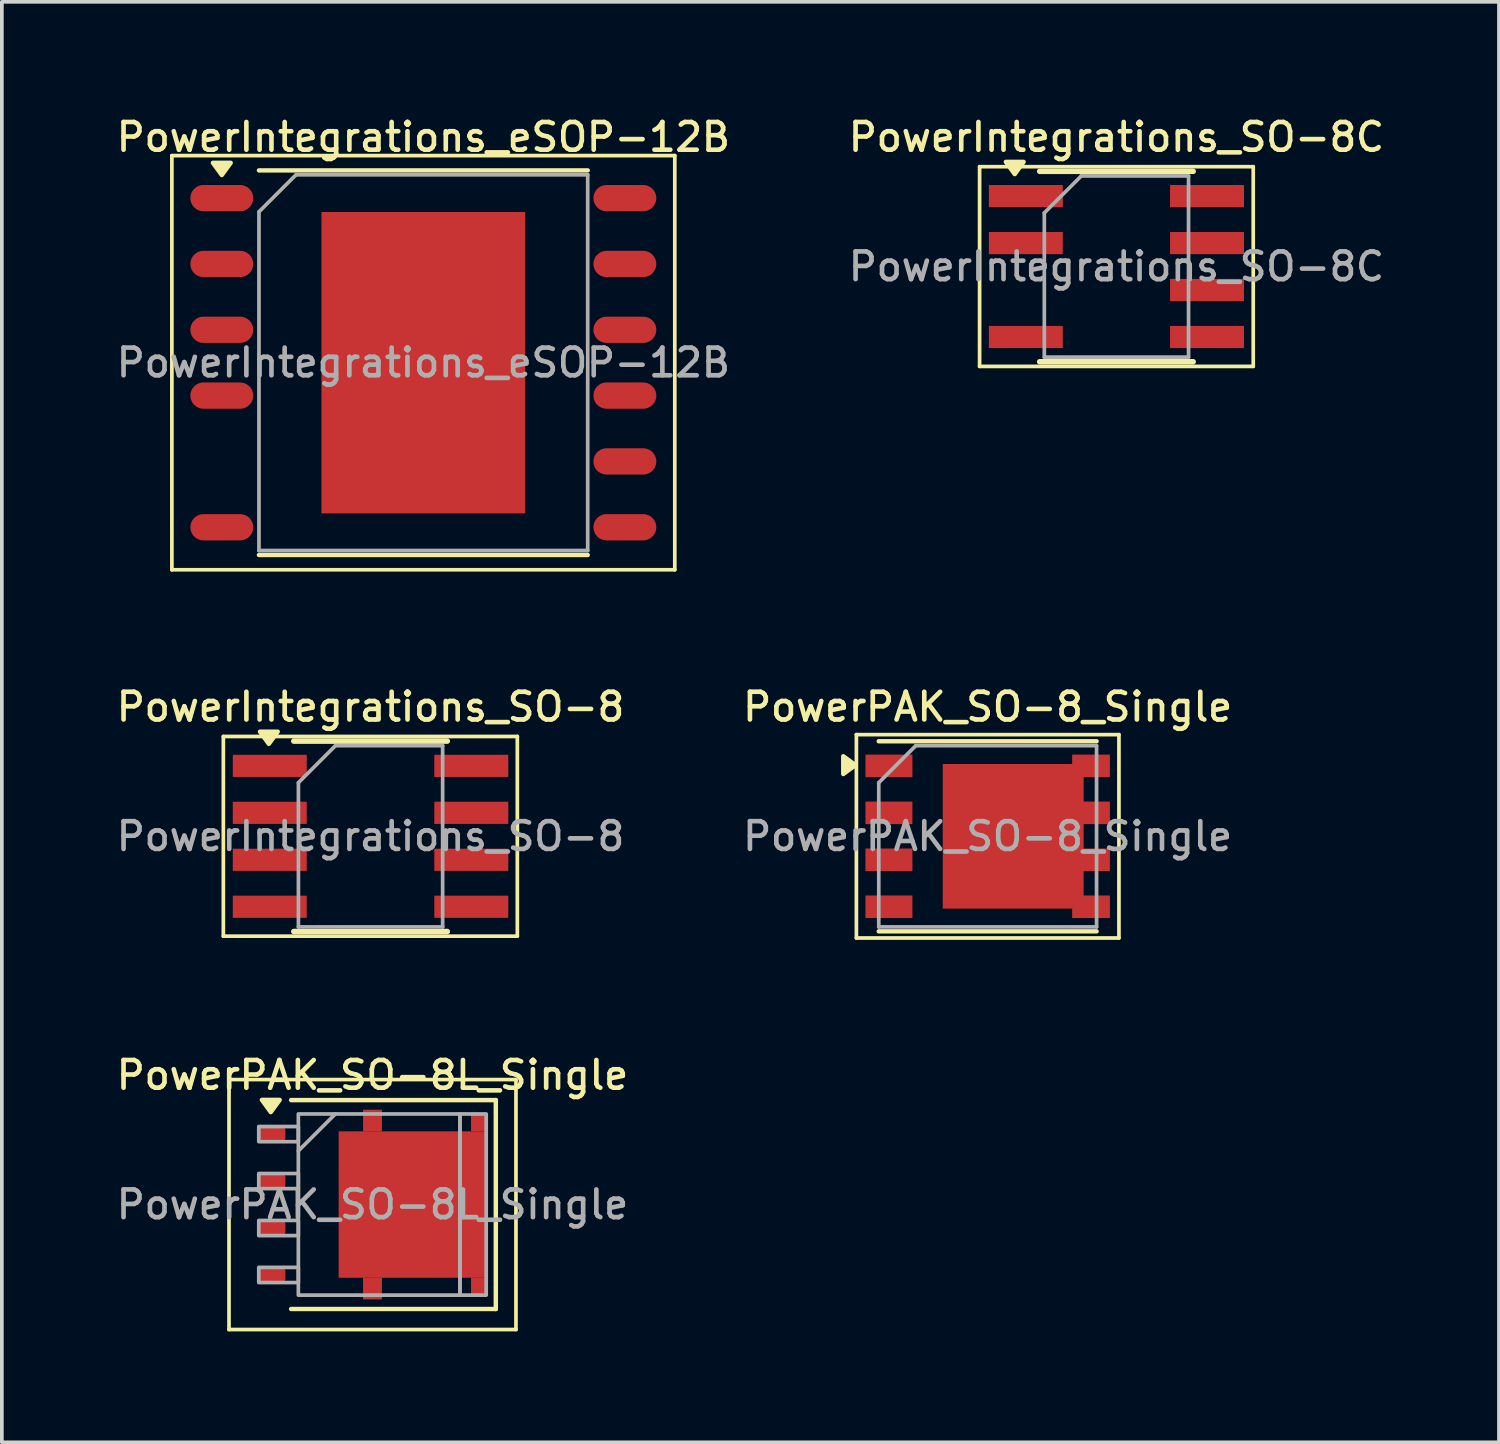
<source format=kicad_pcb>
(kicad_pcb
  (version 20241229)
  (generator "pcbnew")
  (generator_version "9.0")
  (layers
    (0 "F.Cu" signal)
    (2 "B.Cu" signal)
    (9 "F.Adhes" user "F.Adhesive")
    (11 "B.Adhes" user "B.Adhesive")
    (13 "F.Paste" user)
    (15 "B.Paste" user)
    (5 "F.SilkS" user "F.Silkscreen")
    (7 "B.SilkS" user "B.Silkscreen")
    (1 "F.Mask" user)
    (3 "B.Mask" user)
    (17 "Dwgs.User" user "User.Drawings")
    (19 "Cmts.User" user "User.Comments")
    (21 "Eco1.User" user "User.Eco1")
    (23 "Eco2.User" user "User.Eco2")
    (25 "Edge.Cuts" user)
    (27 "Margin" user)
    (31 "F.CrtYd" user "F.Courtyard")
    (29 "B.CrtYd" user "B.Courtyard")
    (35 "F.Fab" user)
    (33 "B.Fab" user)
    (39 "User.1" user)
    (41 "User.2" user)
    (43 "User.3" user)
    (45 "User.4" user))
  (footprint "PowerPAK_SO-8L_Single"
    (layer "F.Cu")
    (at 7.023 29.524)
    (property "Reference" "PowerPAK_SO-8L_Single" (at 0 -3.5 0) (layer "F.SilkS") (effects (font (size 0.75 0.75) (thickness 0.125))))
    (attr smd)
    (fp_line (start -3.88 -3.38) (end -3.88 3.38) (stroke (width 0.1) (type solid)) (layer "F.SilkS"))
    (fp_line (start -3.88 -3.38) (end 3.88 -3.38) (stroke (width 0.1) (type solid)) (layer "F.SilkS"))
    (fp_line (start -3.88 3.38) (end 3.88 3.38) (stroke (width 0.1) (type solid)) (layer "F.SilkS"))
    (fp_line (start -2.2 -2.825) (end 3.335 -2.825) (stroke (width 0.12) (type solid)) (layer "F.SilkS"))
    (fp_line (start -2.2 2.825) (end 3.335 2.825) (stroke (width 0.12) (type solid)) (layer "F.SilkS"))
    (fp_line (start 3.335 -2.825) (end 3.335 2.825) (stroke (width 0.12) (type solid)) (layer "F.SilkS"))
    (fp_line (start 3.88 -3.38) (end 3.88 3.38) (stroke (width 0.1) (type solid)) (layer "F.SilkS"))
    (fp_poly (pts (xy -2.75 -2.5) (xy -2.51 -2.83) (xy -2.99 -2.83) (xy -2.75 -2.5)) (stroke (width 0.12) (type solid)) (fill yes) (layer "F.SilkS"))
    (fp_line (start -2.005 -1.45) (end -1.005 -2.45) (stroke (width 0.1) (type default)) (layer "F.Fab"))
    (fp_rect (start -3.075 -2.11) (end -2.005 -1.7) (stroke (width 0.1) (type default)) (fill no) (layer "F.Fab"))
    (fp_rect (start -3.075 -0.84) (end -2.005 -0.43) (stroke (width 0.1) (type default)) (fill no) (layer "F.Fab"))
    (fp_rect (start -3.075 0.43) (end -2.005 0.84) (stroke (width 0.1) (type default)) (fill no) (layer "F.Fab"))
    (fp_rect (start -3.075 1.7) (end -2.005 2.11) (stroke (width 0.1) (type default)) (fill no) (layer "F.Fab"))
    (fp_rect (start -2.005 -2.45) (end 2.365 2.45) (stroke (width 0.1) (type default)) (fill no) (layer "F.Fab"))
    (fp_rect (start 2.365 -2.45) (end 3.075 2.45) (stroke (width 0.1) (type default)) (fill no) (layer "F.Fab"))
    (fp_text user "${REFERENCE}" (at 0 0 0) (layer "F.Fab") (effects (font (size 0.75 0.75) (thickness 0.125))))
    (pad "" smd roundrect (at 0.107 -0.965) (size 1.645 1.63) (layers "F.Paste") (roundrect_rratio 0.25))
    (pad "" smd roundrect (at 0.107 0.965) (size 1.645 1.63) (layers "F.Paste") (roundrect_rratio 0.25))
    (pad "" smd roundrect (at 2.053 -0.965) (size 1.645 1.63) (layers "F.Paste") (roundrect_rratio 0.25))
    (pad "" smd roundrect (at 2.053 0.965) (size 1.645 1.63) (layers "F.Paste") (roundrect_rratio 0.25))
    (pad "1" smd roundrect (at -2.715 -1.905) (size 0.72 0.41) (layers "F.Cu" "F.Mask" "F.Paste") (roundrect_rratio 0.25))
    (pad "2" smd roundrect (at -2.715 -0.635) (size 0.72 0.41) (layers "F.Cu" "F.Mask" "F.Paste") (roundrect_rratio 0.25))
    (pad "3" smd roundrect (at -2.715 0.635) (size 0.72 0.41) (layers "F.Cu" "F.Mask" "F.Paste") (roundrect_rratio 0.25))
    (pad "4" smd roundrect (at -2.715 1.905) (size 0.72 0.41) (layers "F.Cu" "F.Mask" "F.Paste") (roundrect_rratio 0.25))
    (pad "5" smd rect (at 0 -2.272) (size 0.51 0.585) (layers "F.Cu" "F.Mask" "F.Paste"))
    (pad "5" smd rect (at 0 2.272) (size 0.51 0.585) (layers "F.Cu" "F.Mask" "F.Paste"))
    (pad "5" smd rect (at 1.08 0) (size 3.99 3.96) (layers "F.Cu" "F.Mask"))
    (pad "5" smd rect (at 2.87 -2.215) (size 0.41 0.47) (layers "F.Cu" "F.Mask" "F.Paste"))
    (pad "5" smd rect (at 2.87 2.215) (size 0.41 0.47) (layers "F.Cu" "F.Mask" "F.Paste")))
  (footprint "PowerIntegrations_eSOP-12B"
    (layer "F.Cu")
    (at 8.398 6.758)
    (property "Reference" "PowerIntegrations_eSOP-12B" (at 0 -6.1 0) (layer "F.SilkS") (effects (font (size 0.75 0.75) (thickness 0.125))))
    (attr smd)
    (fp_line (start -6.8 -5.6) (end 6.8 -5.6) (stroke (width 0.1) (type solid)) (layer "F.SilkS"))
    (fp_line (start -6.8 5.6) (end -6.8 -5.6) (stroke (width 0.1) (type solid)) (layer "F.SilkS"))
    (fp_line (start -4.445 -5.2) (end 4.445 -5.2) (stroke (width 0.12) (type solid)) (layer "F.SilkS"))
    (fp_line (start -4.445 5.2) (end 4.445 5.2) (stroke (width 0.12) (type solid)) (layer "F.SilkS"))
    (fp_line (start 6.8 -5.6) (end 6.8 5.6) (stroke (width 0.1) (type solid)) (layer "F.SilkS"))
    (fp_line (start 6.8 5.6) (end -6.8 5.6) (stroke (width 0.1) (type solid)) (layer "F.SilkS"))
    (fp_poly (pts (xy -5.45 -5.075) (xy -5.21 -5.405) (xy -5.69 -5.405) (xy -5.45 -5.075)) (stroke (width 0.12) (type solid)) (fill yes) (layer "F.SilkS"))
    (fp_line (start -4.445 -4.08) (end -4.445 5.08) (stroke (width 0.1) (type solid)) (layer "F.Fab"))
    (fp_line (start -4.445 -4.08) (end -3.445 -5.08) (stroke (width 0.1) (type solid)) (layer "F.Fab"))
    (fp_line (start -4.445 5.08) (end 4.445 5.08) (stroke (width 0.1) (type solid)) (layer "F.Fab"))
    (fp_line (start 4.445 -5.08) (end -3.445 -5.08) (stroke (width 0.1) (type solid)) (layer "F.Fab"))
    (fp_line (start 4.445 5.08) (end 4.445 -5.08) (stroke (width 0.1) (type solid)) (layer "F.Fab"))
    (fp_text user "${REFERENCE}" (at 0 0 0) (layer "F.Fab") (effects (font (size 0.75 0.75) (thickness 0.125))))
    (pad "1" smd oval (at -5.45 -4.45 270) (size 0.71 1.7) (layers "F.Cu" "F.Mask" "F.Paste"))
    (pad "2" smd oval (at -5.45 -2.67 270) (size 0.71 1.7) (layers "F.Cu" "F.Mask" "F.Paste"))
    (pad "3" smd oval (at -5.45 -0.89 270) (size 0.71 1.7) (layers "F.Cu" "F.Mask" "F.Paste"))
    (pad "4" smd oval (at -5.45 0.89 270) (size 0.71 1.7) (layers "F.Cu" "F.Mask" "F.Paste"))
    (pad "6" smd oval (at -5.45 4.45 270) (size 0.71 1.7) (layers "F.Cu" "F.Mask" "F.Paste"))
    (pad "7" smd oval (at 5.45 4.45 270) (size 0.71 1.7) (layers "F.Cu" "F.Mask" "F.Paste"))
    (pad "8" smd oval (at 5.45 2.67 270) (size 0.71 1.7) (layers "F.Cu" "F.Mask" "F.Paste"))
    (pad "9" smd oval (at 5.45 0.89 270) (size 0.71 1.7) (layers "F.Cu" "F.Mask" "F.Paste"))
    (pad "10" smd oval (at 5.45 -0.89 270) (size 0.71 1.7) (layers "F.Cu" "F.Mask" "F.Paste"))
    (pad "11" smd oval (at 5.45 -2.67 270) (size 0.71 1.7) (layers "F.Cu" "F.Mask" "F.Paste"))
    (pad "12" smd oval (at 5.45 -4.45 270) (size 0.71 1.7) (layers "F.Cu" "F.Mask" "F.Paste"))
    (pad "13" smd rect (at 0 0 270) (size 8.15 5.51) (layers "F.Cu" "F.Mask" "F.Paste")))
  (footprint "PowerIntegrations_SO-8C"
    (layer "F.Cu")
    (at 27.141 4.158)
    (property "Reference" "PowerIntegrations_SO-8C" (at 0 -3.5 0) (layer "F.SilkS") (effects (font (size 0.75 0.75) (thickness 0.125))))
    (attr smd)
    (fp_line (start -3.7 -2.7) (end -3.7 2.7) (stroke (width 0.1) (type solid)) (layer "F.SilkS"))
    (fp_line (start -3.7 -2.7) (end 3.7 -2.7) (stroke (width 0.1) (type solid)) (layer "F.SilkS"))
    (fp_line (start -2.075 -2.575) (end 2.075 -2.575) (stroke (width 0.15) (type solid)) (layer "F.SilkS"))
    (fp_line (start -2.075 2.575) (end 2.075 2.575) (stroke (width 0.15) (type solid)) (layer "F.SilkS"))
    (fp_line (start 3.7 2.7) (end -3.7 2.7) (stroke (width 0.1) (type solid)) (layer "F.SilkS"))
    (fp_line (start 3.7 2.7) (end 3.7 -2.7) (stroke (width 0.1) (type solid)) (layer "F.SilkS"))
    (fp_poly (pts (xy -2.75 -2.5) (xy -2.51 -2.83) (xy -2.99 -2.83) (xy -2.75 -2.5)) (stroke (width 0.12) (type solid)) (fill yes) (layer "F.SilkS"))
    (fp_line (start -1.95 -1.45) (end -0.95 -2.45) (stroke (width 0.1) (type solid)) (layer "F.Fab"))
    (fp_line (start -1.95 2.45) (end -1.95 -1.45) (stroke (width 0.1) (type solid)) (layer "F.Fab"))
    (fp_line (start -0.95 -2.45) (end 1.95 -2.45) (stroke (width 0.1) (type solid)) (layer "F.Fab"))
    (fp_line (start 1.95 -2.45) (end 1.95 2.45) (stroke (width 0.1) (type solid)) (layer "F.Fab"))
    (fp_line (start 1.95 2.45) (end -1.95 2.45) (stroke (width 0.1) (type solid)) (layer "F.Fab"))
    (fp_text user "${REFERENCE}" (at 0 0 0) (layer "F.Fab") (effects (font (size 0.75 0.75) (thickness 0.125))))
    (pad "1" smd rect (at -2.45 -1.905) (size 2 0.6) (layers "F.Cu" "F.Mask" "F.Paste"))
    (pad "2" smd rect (at -2.45 -0.635) (size 2 0.6) (layers "F.Cu" "F.Mask" "F.Paste"))
    (pad "4" smd rect (at -2.45 1.905) (size 2 0.6) (layers "F.Cu" "F.Mask" "F.Paste"))
    (pad "5" smd rect (at 2.45 1.905) (size 2 0.6) (layers "F.Cu" "F.Mask" "F.Paste"))
    (pad "6" smd rect (at 2.45 0.635) (size 2 0.6) (layers "F.Cu" "F.Mask" "F.Paste"))
    (pad "7" smd rect (at 2.45 -0.635) (size 2 0.6) (layers "F.Cu" "F.Mask" "F.Paste"))
    (pad "8" smd rect (at 2.45 -1.905) (size 2 0.6) (layers "F.Cu" "F.Mask" "F.Paste")))
  (footprint "PowerPAK_SO-8_Single"
    (layer "F.Cu")
    (at 23.659 19.566)
    (property "Reference" "PowerPAK_SO-8_Single" (at 0 -3.5 0) (layer "F.SilkS") (effects (font (size 0.75 0.75) (thickness 0.125))))
    (attr smd)
    (fp_line (start -3.55 -2.75) (end -3.55 2.75) (stroke (width 0.1) (type solid)) (layer "F.SilkS"))
    (fp_line (start -3.55 -2.75) (end 3.55 -2.75) (stroke (width 0.1) (type solid)) (layer "F.SilkS"))
    (fp_line (start -3.55 2.75) (end 3.55 2.75) (stroke (width 0.1) (type solid)) (layer "F.SilkS"))
    (fp_line (start -2.945 -2.57) (end 2.945 -2.57) (stroke (width 0.12) (type solid)) (layer "F.SilkS"))
    (fp_line (start -2.945 2.57) (end 2.945 2.57) (stroke (width 0.12) (type solid)) (layer "F.SilkS"))
    (fp_line (start 3.55 -2.75) (end 3.55 2.75) (stroke (width 0.1) (type solid)) (layer "F.SilkS"))
    (fp_poly (pts (xy -3.575 -1.925) (xy -3.905 -2.165) (xy -3.905 -1.685) (xy -3.575 -1.925)) (stroke (width 0.12) (type solid)) (fill yes) (layer "F.SilkS"))
    (fp_line (start -2.945 2.45) (end -2.945 -1.45) (stroke (width 0.1) (type solid)) (layer "F.Fab"))
    (fp_line (start -1.945 -2.45) (end -2.945 -1.45) (stroke (width 0.1) (type solid)) (layer "F.Fab"))
    (fp_line (start -1.945 -2.45) (end 2.945 -2.45) (stroke (width 0.1) (type solid)) (layer "F.Fab"))
    (fp_line (start 2.945 -2.45) (end 2.945 2.45) (stroke (width 0.1) (type solid)) (layer "F.Fab"))
    (fp_line (start 2.945 2.45) (end -2.945 2.45) (stroke (width 0.1) (type solid)) (layer "F.Fab"))
    (fp_text user "${REFERENCE}" (at 0 0 0) (layer "F.Fab") (effects (font (size 0.75 0.75) (thickness 0.125))))
    (pad "1" smd rect (at -2.67 -1.905) (size 1.27 0.61) (layers "F.Cu" "F.Mask" "F.Paste"))
    (pad "2" smd rect (at -2.67 -0.635) (size 1.27 0.61) (layers "F.Cu" "F.Mask" "F.Paste"))
    (pad "3" smd rect (at -2.67 0.635) (size 1.27 0.61) (layers "F.Cu" "F.Mask" "F.Paste"))
    (pad "4" smd rect (at -2.67 1.905) (size 1.27 0.61) (layers "F.Cu" "F.Mask" "F.Paste"))
    (pad "5" smd rect (at 0.69 0) (size 3.81 3.91) (layers "F.Cu" "F.Mask" "F.Paste"))
    (pad "5" smd rect (at 2.795 -1.905) (size 1.02 0.61) (layers "F.Cu" "F.Mask" "F.Paste"))
    (pad "5" smd rect (at 2.795 -0.635) (size 1.02 0.61) (layers "F.Cu" "F.Mask" "F.Paste"))
    (pad "5" smd rect (at 2.795 0.635) (size 1.02 0.61) (layers "F.Cu" "F.Mask" "F.Paste"))
    (pad "5" smd rect (at 2.795 1.905) (size 1.02 0.61) (layers "F.Cu" "F.Mask" "F.Paste")))
  (footprint "PowerIntegrations_SO-8"
    (layer "F.Cu")
    (at 6.97 19.566)
    (property "Reference" "PowerIntegrations_SO-8" (at 0 -3.5 0) (layer "F.SilkS") (effects (font (size 0.75 0.75) (thickness 0.125))))
    (attr smd)
    (fp_line (start -3.98 -2.7) (end -3.98 2.7) (stroke (width 0.1) (type solid)) (layer "F.SilkS"))
    (fp_line (start -3.98 -2.7) (end 3.97 -2.7) (stroke (width 0.1) (type solid)) (layer "F.SilkS"))
    (fp_line (start -2.075 -2.575) (end 2.075 -2.575) (stroke (width 0.15) (type solid)) (layer "F.SilkS"))
    (fp_line (start -2.075 2.575) (end 2.075 2.575) (stroke (width 0.15) (type solid)) (layer "F.SilkS"))
    (fp_line (start 3.97 2.7) (end -3.98 2.7) (stroke (width 0.1) (type solid)) (layer "F.SilkS"))
    (fp_line (start 3.97 2.7) (end 3.97 -2.7) (stroke (width 0.1) (type solid)) (layer "F.SilkS"))
    (fp_poly (pts (xy -2.75 -2.5) (xy -2.51 -2.83) (xy -2.99 -2.83) (xy -2.75 -2.5)) (stroke (width 0.12) (type solid)) (fill yes) (layer "F.SilkS"))
    (fp_line (start -1.95 -1.45) (end -0.95 -2.45) (stroke (width 0.1) (type solid)) (layer "F.Fab"))
    (fp_line (start -1.95 2.45) (end -1.95 -1.45) (stroke (width 0.1) (type solid)) (layer "F.Fab"))
    (fp_line (start -0.95 -2.45) (end 1.95 -2.45) (stroke (width 0.1) (type solid)) (layer "F.Fab"))
    (fp_line (start 1.95 -2.45) (end 1.95 2.45) (stroke (width 0.1) (type solid)) (layer "F.Fab"))
    (fp_line (start 1.95 2.45) (end -1.95 2.45) (stroke (width 0.1) (type solid)) (layer "F.Fab"))
    (fp_text user "${REFERENCE}" (at 0 0 0) (layer "F.Fab") (effects (font (size 0.75 0.75) (thickness 0.125))))
    (pad "1" smd rect (at -2.725 -1.905) (size 2 0.6) (layers "F.Cu" "F.Mask" "F.Paste"))
    (pad "2" smd rect (at -2.725 -0.635) (size 2 0.6) (layers "F.Cu" "F.Mask" "F.Paste"))
    (pad "3" smd rect (at -2.725 0.635) (size 2 0.6) (layers "F.Cu" "F.Mask" "F.Paste"))
    (pad "4" smd rect (at -2.725 1.905) (size 2 0.6) (layers "F.Cu" "F.Mask" "F.Paste"))
    (pad "5" smd rect (at 2.725 1.905) (size 2 0.6) (layers "F.Cu" "F.Mask" "F.Paste"))
    (pad "6" smd rect (at 2.725 0.635) (size 2 0.6) (layers "F.Cu" "F.Mask" "F.Paste"))
    (pad "7" smd rect (at 2.725 -0.635) (size 2 0.6) (layers "F.Cu" "F.Mask" "F.Paste"))
    (pad "8" smd rect (at 2.725 -1.905) (size 2 0.6) (layers "F.Cu" "F.Mask" "F.Paste")))
  (gr_rect
    (start -3 -3)
    (end 37.486 35.954)
    (stroke (width 0.1) (type default))
    (fill no)
    (layer "Edge.Cuts")))
</source>
